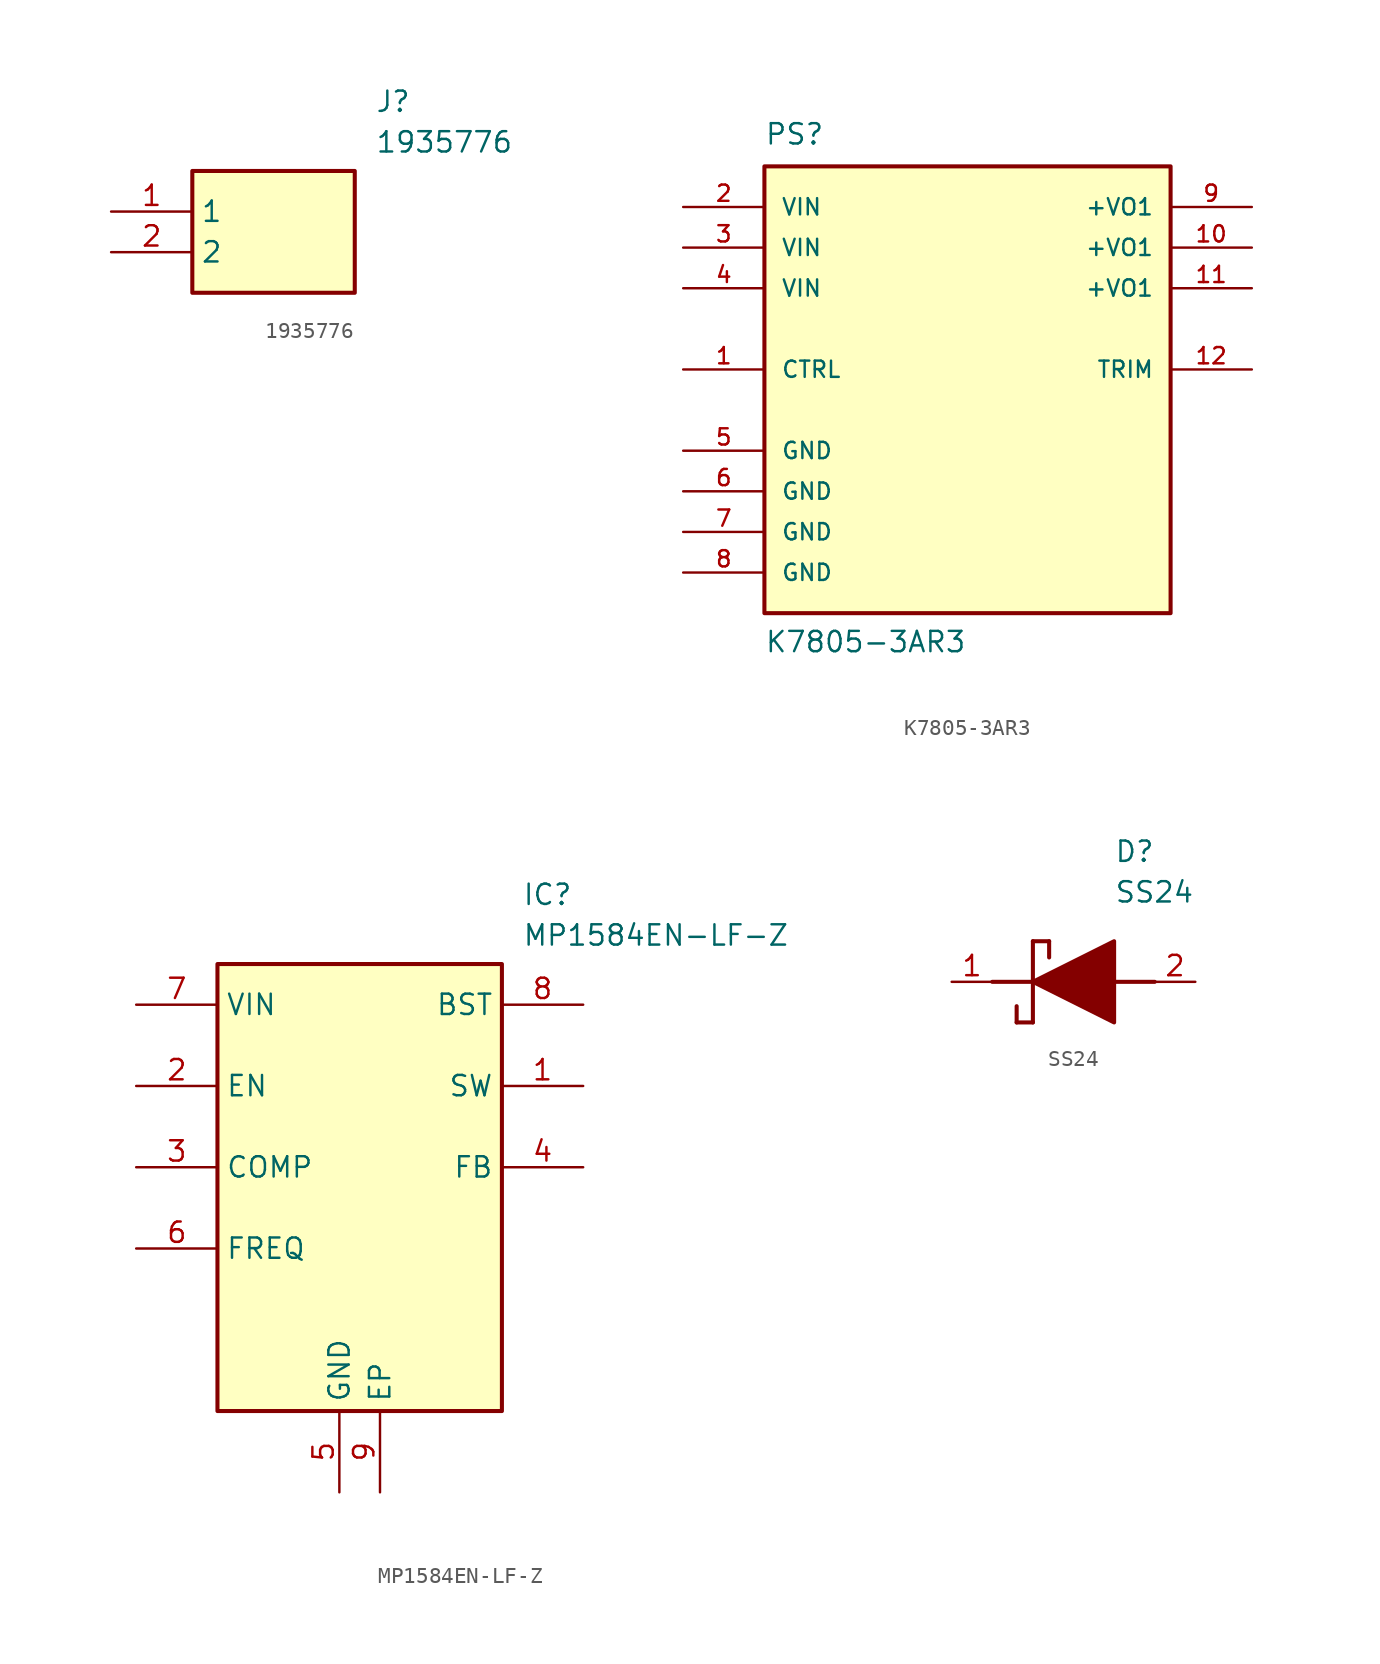
<source format=kicad_sym>
(kicad_symbol_lib
  (version 20220914)
  (generator kicad_symbol_editor)
  (symbol "1935776"
    (property "Reference" "J"
      (at 16.51 7.62 0)
      (effects (font (size 1.27 1.27)) (justify left top)))
    (property "Value" "1935776"
      (at 16.51 5.08 0)
      (effects (font (size 1.27 1.27)) (justify left top)))
    (symbol "1935776_1_1"
      (rectangle (start 5.08 2.54) (end 15.24 -5.08) (stroke (width 0.254) (type default)) (fill (type background)))
      (pin passive line (at 0 0 0) (length 5.08) (name "1" (effects (font (size 1.27 1.27)))) (number "1" (effects (font (size 1.27 1.27)))))
      (pin passive line (at 0 -2.54 0) (length 5.08) (name "2" (effects (font (size 1.27 1.27)))) (number "2" (effects (font (size 1.27 1.27)))))))
  (symbol "K7805-3AR3"
    (pin_names
      (offset 1.016))
    (property "Reference" "PS"
      (at -12.7 8.89 0)
      (effects (font (size 1.27 1.27)) (justify left bottom)))
    (property "Value" "K7805-3AR3"
      (at -12.7 -22.86 0)
      (effects (font (size 1.27 1.27)) (justify left bottom)))
    (symbol "K7805-3AR3_0_0"
      (rectangle (start -12.7 -20.32) (end 12.7 7.62) (stroke (width 0.254) (type default)) (fill (type background)))
      (pin input line (at -17.78 -5.08 0) (length 5.08) (name "CTRL" (effects (font (size 1.016 1.016)))) (number "1" (effects (font (size 1.016 1.016)))))
      (pin passive line (at 17.78 -5.08 180) (length 5.08) (name "TRIM" (effects (font (size 1.016 1.016)))) (number "12" (effects (font (size 1.016 1.016)))))
      (pin input line (at -17.78 5.08 0) (length 5.08) (name "VIN" (effects (font (size 1.016 1.016)))) (number "2" (effects (font (size 1.016 1.016)))))
      (pin power_in line (at -17.78 -10.16 0) (length 5.08) (name "GND" (effects (font (size 1.016 1.016)))) (number "5" (effects (font (size 1.016 1.016)))))
      (pin output line (at 17.78 5.08 180) (length 5.08) (name "+VO1" (effects (font (size 1.016 1.016)))) (number "9" (effects (font (size 1.016 1.016))))))
    (symbol "K7805-3AR3_1_0"
      (pin output line (at 17.78 2.54 180) (length 5.08) (name "+VO1" (effects (font (size 1.016 1.016)))) (number "10" (effects (font (size 1.016 1.016)))))
      (pin output line (at 17.78 0 180) (length 5.08) (name "+VO1" (effects (font (size 1.016 1.016)))) (number "11" (effects (font (size 1.016 1.016)))))
      (pin input line (at -17.78 2.54 0) (length 5.08) (name "VIN" (effects (font (size 1.016 1.016)))) (number "3" (effects (font (size 1.016 1.016)))))
      (pin input line (at -17.78 0 0) (length 5.08) (name "VIN" (effects (font (size 1.016 1.016)))) (number "4" (effects (font (size 1.016 1.016)))))
      (pin power_in line (at -17.78 -12.7 0) (length 5.08) (name "GND" (effects (font (size 1.016 1.016)))) (number "6" (effects (font (size 1.016 1.016)))))
      (pin power_in line (at -17.78 -15.24 0) (length 5.08) (name "GND" (effects (font (size 1.016 1.016)))) (number "7" (effects (font (size 1.016 1.016)))))
      (pin power_in line (at -17.78 -17.78 0) (length 5.08) (name "GND" (effects (font (size 1.016 1.016)))) (number "8" (effects (font (size 1.016 1.016)))))))
  (symbol "MP1584EN-LF-Z"
    (property "Reference" "IC"
      (at 24.13 7.62 0)
      (effects (font (size 1.27 1.27)) (justify left top)))
    (property "Value" "MP1584EN-LF-Z"
      (at 24.13 5.08 0)
      (effects (font (size 1.27 1.27)) (justify left top)))
    (symbol "MP1584EN-LF-Z_1_1"
      (rectangle (start 5.08 2.54) (end 22.86 -25.4) (stroke (width 0.254) (type default)) (fill (type background)))
      (pin output line (at 27.94 -5.08 180) (length 5.08) (name "SW" (effects (font (size 1.27 1.27)))) (number "1" (effects (font (size 1.27 1.27)))))
      (pin input line (at 0 -5.08 0) (length 5.08) (name "EN" (effects (font (size 1.27 1.27)))) (number "2" (effects (font (size 1.27 1.27)))))
      (pin bidirectional line (at 0 -10.16 0) (length 5.08) (name "COMP" (effects (font (size 1.27 1.27)))) (number "3" (effects (font (size 1.27 1.27)))))
      (pin input line (at 27.94 -10.16 180) (length 5.08) (name "FB" (effects (font (size 1.27 1.27)))) (number "4" (effects (font (size 1.27 1.27)))))
      (pin power_in line (at 12.7 -30.48 90) (length 5.08) (name "GND" (effects (font (size 1.27 1.27)))) (number "5" (effects (font (size 1.27 1.27)))))
      (pin input line (at 0 -15.24 0) (length 5.08) (name "FREQ" (effects (font (size 1.27 1.27)))) (number "6" (effects (font (size 1.27 1.27)))))
      (pin power_in line (at 0 0 0) (length 5.08) (name "VIN" (effects (font (size 1.27 1.27)))) (number "7" (effects (font (size 1.27 1.27)))))
      (pin input line (at 27.94 0 180) (length 5.08) (name "BST" (effects (font (size 1.27 1.27)))) (number "8" (effects (font (size 1.27 1.27)))))
      (pin passive line (at 15.24 -30.48 90) (length 5.08) (name "EP" (effects (font (size 1.27 1.27)))) (number "9" (effects (font (size 1.27 1.27)))))))
  (symbol "SS24"
    (pin_names hide)
    (property "Reference" "D"
      (at 12.7 8.89 0)
      (effects (font (size 1.27 1.27)) (justify left top)))
    (property "Value" "SS24"
      (at 12.7 6.35 0)
      (effects (font (size 1.27 1.27)) (justify left top)))
    (symbol "SS24_1_1"
      (polyline (pts (xy 5.08 0) (xy 7.62 0)) (stroke (width 0.254) (type default)) (fill (type none)))
      (polyline (pts (xy 6.604 -1.524) (xy 6.604 -2.54)) (stroke (width 0.254) (type default)) (fill (type none)))
      (polyline (pts (xy 7.62 -2.54) (xy 6.604 -2.54)) (stroke (width 0.254) (type default)) (fill (type none)))
      (polyline (pts (xy 7.62 2.54) (xy 7.62 -2.54)) (stroke (width 0.254) (type default)) (fill (type none)))
      (polyline (pts (xy 7.62 2.54) (xy 8.636 2.54)) (stroke (width 0.254) (type default)) (fill (type none)))
      (polyline (pts (xy 8.636 1.524) (xy 8.636 2.54)) (stroke (width 0.254) (type default)) (fill (type none)))
      (polyline (pts (xy 12.7 0) (xy 15.24 0)) (stroke (width 0.254) (type default)) (fill (type none)))
      (polyline (pts (xy 7.62 0) (xy 12.7 2.54) (xy 12.7 -2.54) (xy 7.62 0)) (stroke (width 0.254) (type default)) (fill (type outline)))
      (pin passive line (at 2.54 0 0) (length 2.54) (name "K" (effects (font (size 1.27 1.27)))) (number "1" (effects (font (size 1.27 1.27)))))
      (pin passive line (at 17.78 0 180) (length 2.54) (name "A" (effects (font (size 1.27 1.27)))) (number "2" (effects (font (size 1.27 1.27))))))))
</source>
